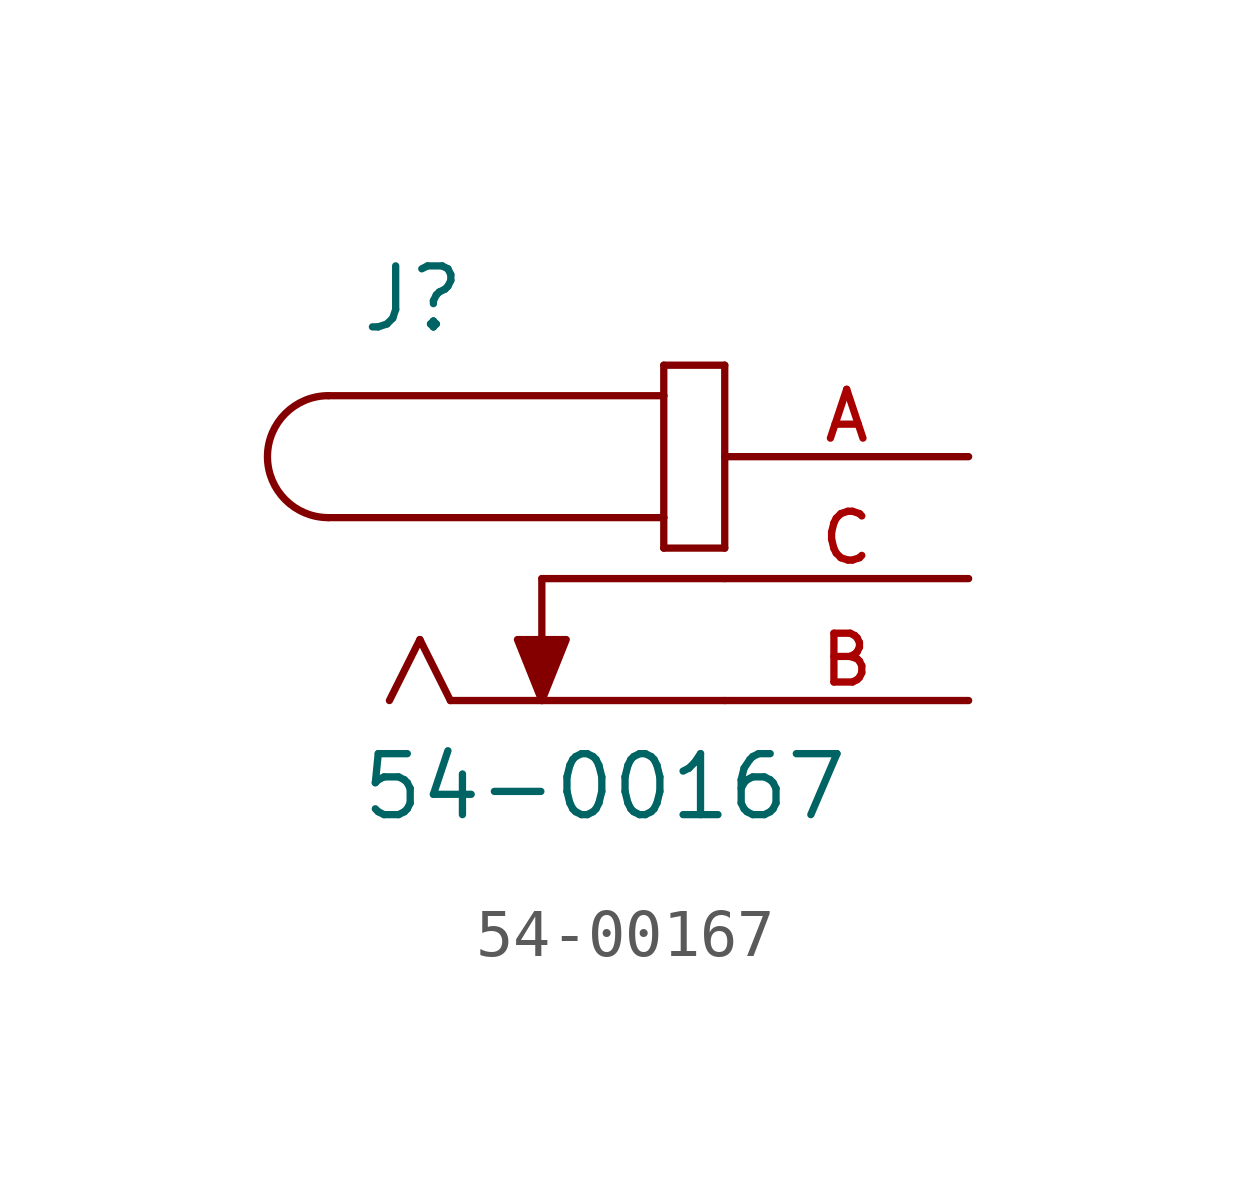
<source format=kicad_sym>
(kicad_symbol_lib
  (version 20231120)
  (generator "kicad_symbol_editor")
  (generator_version "8.0")
  (symbol "54-00167"
    (pin_names
      (offset 1.016))
    (property "Reference" "J"
      (at -7.62 5.08 0)
      (effects (font (size 1.27 1.27)) (justify left bottom)))
    (property "Value" "54-00167"
      (at -7.62 -5.08 0)
      (effects (font (size 1.27 1.27)) (justify left bottom)))
    (symbol "54-00167_0_0"
      (arc (start -8.255 3.81) (mid -9.5194 2.54) (end -8.255 1.27) (stroke (width 0.1524) (type default)) (fill (type none)))
      (polyline (pts (xy -8.255 3.81) (xy -1.27 3.81)) (stroke (width 0.152) (type default)) (fill (type none)))
      (polyline (pts (xy -6.35 -1.27) (xy -6.985 -2.54)) (stroke (width 0.152) (type default)) (fill (type none)))
      (polyline (pts (xy -5.715 -2.54) (xy -6.35 -1.27)) (stroke (width 0.152) (type default)) (fill (type none)))
      (polyline (pts (xy -3.81 0) (xy -3.81 -2.54)) (stroke (width 0.152) (type default)) (fill (type none)))
      (polyline (pts (xy -1.27 0.635) (xy 0 0.635)) (stroke (width 0.152) (type default)) (fill (type none)))
      (polyline (pts (xy -1.27 1.27) (xy -8.255 1.27)) (stroke (width 0.152) (type default)) (fill (type none)))
      (polyline (pts (xy -1.27 1.27) (xy -1.27 0.635)) (stroke (width 0.152) (type default)) (fill (type none)))
      (polyline (pts (xy -1.27 3.81) (xy -1.27 1.27)) (stroke (width 0.152) (type default)) (fill (type none)))
      (polyline (pts (xy -1.27 4.445) (xy -1.27 3.81)) (stroke (width 0.152) (type default)) (fill (type none)))
      (polyline (pts (xy 0 -2.54) (xy -5.715 -2.54)) (stroke (width 0.152) (type default)) (fill (type none)))
      (polyline (pts (xy 0 0) (xy -3.81 0)) (stroke (width 0.152) (type default)) (fill (type none)))
      (polyline (pts (xy 0 0.635) (xy 0 4.445)) (stroke (width 0.152) (type default)) (fill (type none)))
      (polyline (pts (xy 0 4.445) (xy -1.27 4.445)) (stroke (width 0.152) (type default)) (fill (type none)))
      (polyline (pts (xy -3.81 -2.54) (xy -4.318 -1.27) (xy -3.302 -1.27) (xy -3.81 -2.54)) (stroke (width 0.152) (type default)) (fill (type outline)))
      (pin passive line (at 5.08 2.54 180) (length 5.08) (name "~" (effects (font (size 1.016 1.016)))) (number "A" (effects (font (size 1.016 1.016)))))
      (pin passive line (at 5.08 -2.54 180) (length 5.08) (name "~" (effects (font (size 1.016 1.016)))) (number "B" (effects (font (size 1.016 1.016)))))
      (pin passive line (at 5.08 0 180) (length 5.08) (name "~" (effects (font (size 1.016 1.016)))) (number "C" (effects (font (size 1.016 1.016))))))))
</source>
